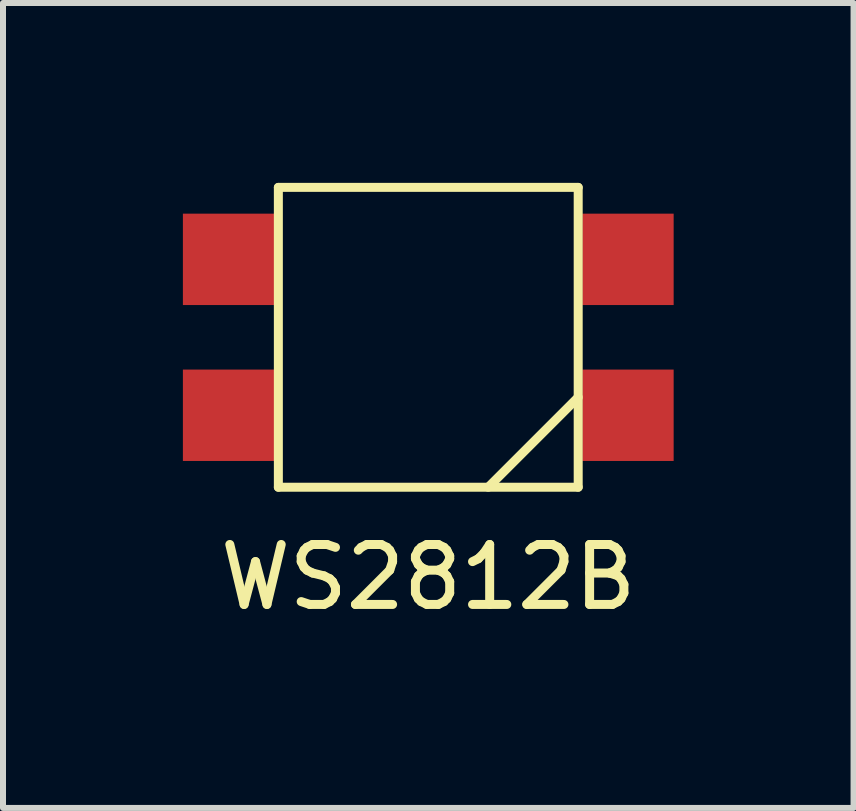
<source format=kicad_pcb>
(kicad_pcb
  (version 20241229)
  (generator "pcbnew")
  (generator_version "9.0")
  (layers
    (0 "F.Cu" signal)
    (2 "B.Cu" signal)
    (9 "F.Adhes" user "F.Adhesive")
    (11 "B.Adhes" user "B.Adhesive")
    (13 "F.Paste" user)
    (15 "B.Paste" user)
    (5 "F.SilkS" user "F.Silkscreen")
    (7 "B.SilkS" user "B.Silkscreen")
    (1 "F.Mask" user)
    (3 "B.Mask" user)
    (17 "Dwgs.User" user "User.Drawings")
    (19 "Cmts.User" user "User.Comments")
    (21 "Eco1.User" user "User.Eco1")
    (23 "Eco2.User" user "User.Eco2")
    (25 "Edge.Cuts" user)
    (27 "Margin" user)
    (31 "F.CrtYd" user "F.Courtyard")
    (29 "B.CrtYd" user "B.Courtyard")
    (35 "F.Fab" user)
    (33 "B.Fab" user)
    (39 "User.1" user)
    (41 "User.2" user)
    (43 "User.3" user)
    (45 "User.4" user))
  (footprint "WS2812B"
    (layer "F.Cu")
    (at 4.092 2.575)
    (property "Reference" "WS2812B" (at 0 4 0) (layer "F.SilkS") (effects (font (size 1 1) (thickness 0.15))))
    (attr through_hole)
    (fp_line (start -2.5 -2.5) (end 2.5 -2.5) (stroke (width 0.15) (type solid)) (layer "F.SilkS"))
    (fp_line (start -2.5 2.5) (end -2.5 -2.5) (stroke (width 0.15) (type solid)) (layer "F.SilkS"))
    (fp_line (start 2.5 -2.5) (end 2.5 2.5) (stroke (width 0.15) (type solid)) (layer "F.SilkS"))
    (fp_line (start 2.5 1) (end 1 2.5) (stroke (width 0.15) (type solid)) (layer "F.SilkS"))
    (fp_line (start 2.5 2.5) (end -2.5 2.5) (stroke (width 0.15) (type solid)) (layer "F.SilkS"))
    (pad "1" smd rect (at -3.33 -1.3) (size 1.524 1.524) (layers "F.Cu" "F.Mask" "F.Paste"))
    (pad "2" smd rect (at -3.33 1.3) (size 1.524 1.524) (layers "F.Cu" "F.Mask" "F.Paste"))
    (pad "3" smd rect (at 3.33 1.3) (size 1.524 1.524) (layers "F.Cu" "F.Mask" "F.Paste"))
    (pad "4" smd rect (at 3.33 -1.3) (size 1.524 1.524) (layers "F.Cu" "F.Mask" "F.Paste")))
  (gr_rect
    (start -3 -3)
    (end 11.184 10.423)
    (stroke (width 0.1) (type default))
    (fill no)
    (layer "Edge.Cuts")))
</source>
